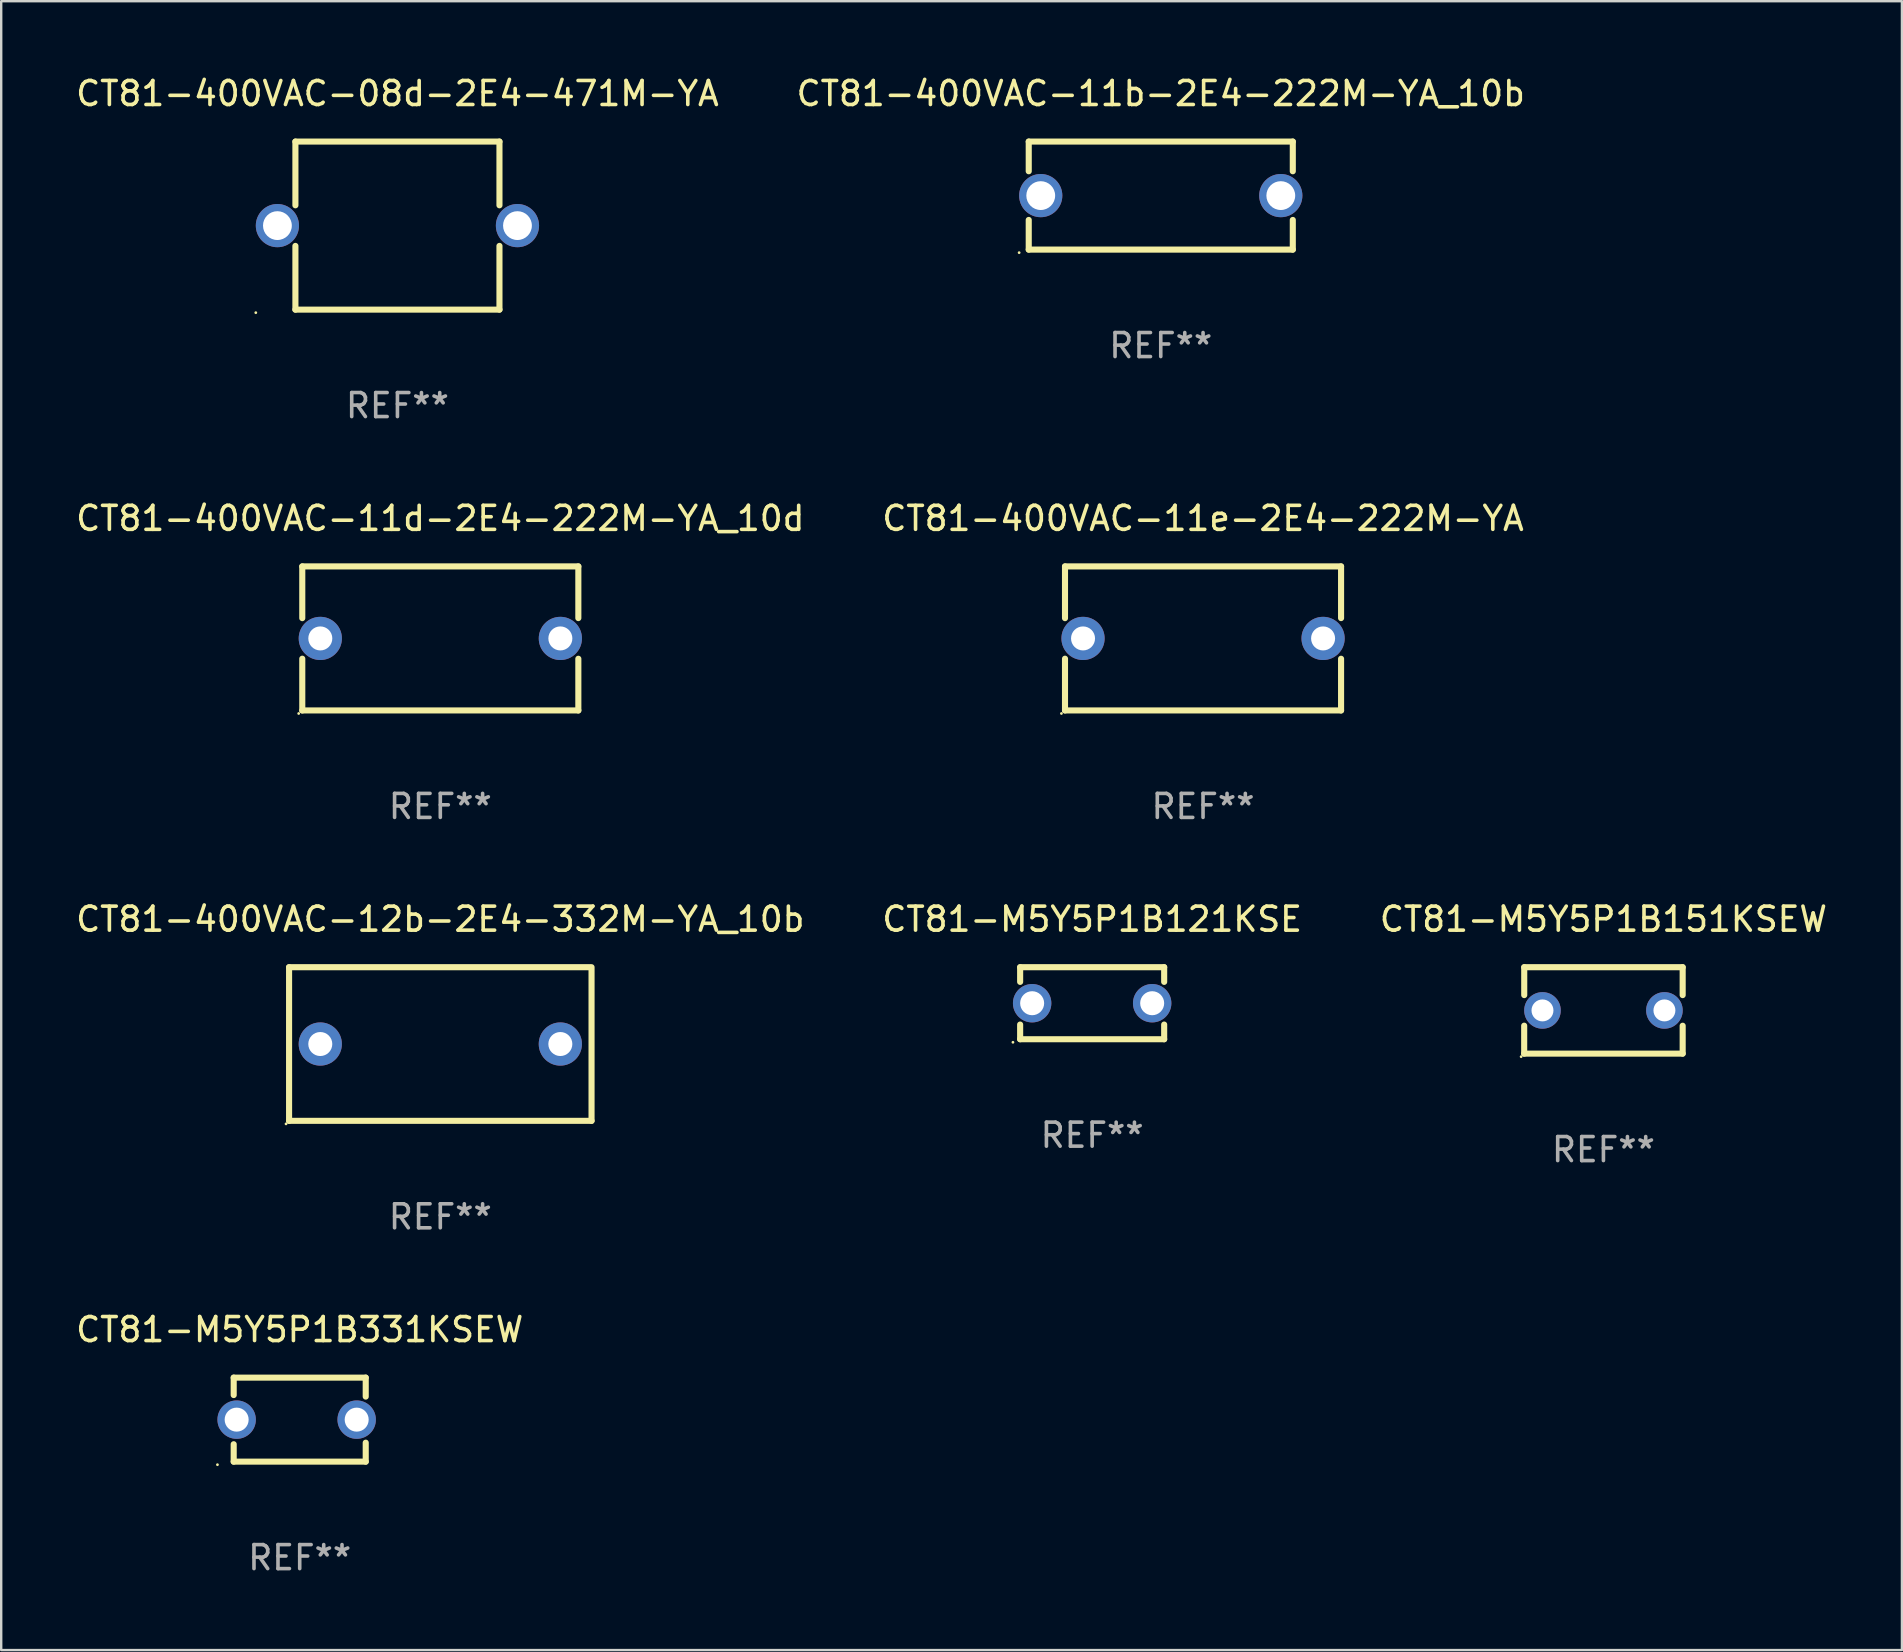
<source format=kicad_pcb>
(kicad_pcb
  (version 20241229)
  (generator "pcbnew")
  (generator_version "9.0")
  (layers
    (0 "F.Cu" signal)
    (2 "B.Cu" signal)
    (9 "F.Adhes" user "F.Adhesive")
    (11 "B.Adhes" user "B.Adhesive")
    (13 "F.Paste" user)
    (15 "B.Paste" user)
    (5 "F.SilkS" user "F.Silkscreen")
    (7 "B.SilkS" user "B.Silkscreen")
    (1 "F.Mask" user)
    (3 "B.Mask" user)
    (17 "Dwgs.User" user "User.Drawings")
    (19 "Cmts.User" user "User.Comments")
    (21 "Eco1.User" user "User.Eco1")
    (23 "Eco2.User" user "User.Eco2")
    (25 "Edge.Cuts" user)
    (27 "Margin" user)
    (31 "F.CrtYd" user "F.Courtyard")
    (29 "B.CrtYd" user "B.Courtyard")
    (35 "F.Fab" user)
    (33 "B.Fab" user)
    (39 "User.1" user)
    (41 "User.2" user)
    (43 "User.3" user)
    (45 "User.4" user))
  (footprint "CT81-400VAC-08d-2E4-471M-YA"
    (layer "F.Cu")
    (at 13.506 6.348)
    (property "Reference" "CT81-400VAC-08d-2E4-471M-YA" (at 0 -5.5 0) (layer "F.SilkS") (effects (font (size 1 1) (thickness 0.15))))
    (attr through_hole)
    (fp_line (start -4.25 -3.5) (end -4.25 -0.846) (stroke (width 0.254) (type solid)) (layer "F.SilkS"))
    (fp_line (start -4.25 -3.5) (end 4.25 -3.5) (stroke (width 0.254) (type solid)) (layer "F.SilkS"))
    (fp_line (start -4.25 0.846) (end -4.25 3.5) (stroke (width 0.254) (type solid)) (layer "F.SilkS"))
    (fp_line (start 4.25 -3.5) (end 4.25 -0.846) (stroke (width 0.254) (type solid)) (layer "F.SilkS"))
    (fp_line (start 4.25 0.846) (end 4.25 3.5) (stroke (width 0.254) (type solid)) (layer "F.SilkS"))
    (fp_line (start 4.25 3.5) (end -4.25 3.5) (stroke (width 0.254) (type solid)) (layer "F.SilkS"))
    (fp_circle (center -5.9 3.627) (end -5.87 3.627) (stroke (width 0.06) (type solid)) (fill no) (layer "F.SilkS"))
    (fp_text user "REF**" (at 0 7.5 0) (layer "F.Fab") (effects (font (size 1 1) (thickness 0.15))))
    (pad "1" thru_hole circle (at -5 0) (size 1.8 1.8) (drill 1.2) (layers "*.Cu" "*.Mask"))
    (pad "2" thru_hole circle (at 5 0) (size 1.8 1.8) (drill 1.2) (layers "*.Cu" "*.Mask")))
  (footprint "CT81-400VAC-11e-2E4-222M-YA"
    (layer "F.Cu")
    (at 47.065 23.545)
    (property "Reference" "CT81-400VAC-11e-2E4-222M-YA" (at 0 -5 0) (layer "F.SilkS") (effects (font (size 1 1) (thickness 0.15))))
    (attr through_hole)
    (fp_line (start -5.75 -3) (end -5.75 -0.845) (stroke (width 0.254) (type solid)) (layer "F.SilkS"))
    (fp_line (start -5.75 -3) (end 5.75 -3) (stroke (width 0.254) (type solid)) (layer "F.SilkS"))
    (fp_line (start -5.75 0.845) (end -5.75 3) (stroke (width 0.254) (type solid)) (layer "F.SilkS"))
    (fp_line (start 5.75 -3) (end 5.75 -0.847) (stroke (width 0.254) (type solid)) (layer "F.SilkS"))
    (fp_line (start 5.75 0.847) (end 5.75 3) (stroke (width 0.254) (type solid)) (layer "F.SilkS"))
    (fp_line (start 5.75 3) (end -5.75 3) (stroke (width 0.254) (type solid)) (layer "F.SilkS"))
    (fp_circle (center -5.899 3.127) (end -5.869 3.127) (stroke (width 0.06) (type solid)) (fill no) (layer "F.SilkS"))
    (fp_text user "REF**" (at 0 7 0) (layer "F.Fab") (effects (font (size 1 1) (thickness 0.15))))
    (pad "1" thru_hole circle (at -4.999 0) (size 1.8 1.8) (drill 1) (layers "*.Cu" "*.Mask"))
    (pad "2" thru_hole circle (at 5.001 0) (size 1.8 1.8) (drill 1) (layers "*.Cu" "*.Mask")))
  (footprint "CT81-400VAC-11b-2E4-222M-YA_10b"
    (layer "F.Cu")
    (at 45.304 5.098)
    (property "Reference" "CT81-400VAC-11b-2E4-222M-YA_10b" (at 0 -4.25 0) (layer "F.SilkS") (effects (font (size 1 1) (thickness 0.15))))
    (attr through_hole)
    (fp_line (start -5.5 -2.25) (end -5.5 -1.014) (stroke (width 0.254) (type solid)) (layer "F.SilkS"))
    (fp_line (start -5.5 -2.25) (end 5.5 -2.25) (stroke (width 0.254) (type solid)) (layer "F.SilkS"))
    (fp_line (start -5.5 1.014) (end -5.5 2.25) (stroke (width 0.254) (type solid)) (layer "F.SilkS"))
    (fp_line (start 5.5 -2.25) (end 5.5 -1.014) (stroke (width 0.254) (type solid)) (layer "F.SilkS"))
    (fp_line (start 5.5 1.014) (end 5.5 2.25) (stroke (width 0.254) (type solid)) (layer "F.SilkS"))
    (fp_line (start 5.5 2.25) (end -5.5 2.25) (stroke (width 0.254) (type solid)) (layer "F.SilkS"))
    (fp_circle (center -5.9 2.377) (end -5.87 2.377) (stroke (width 0.06) (type solid)) (fill no) (layer "F.SilkS"))
    (fp_text user "REF**" (at 0 6.25 0) (layer "F.Fab") (effects (font (size 1 1) (thickness 0.15))))
    (pad "1" thru_hole circle (at -5 0) (size 1.8 1.8) (drill 1.2) (layers "*.Cu" "*.Mask"))
    (pad "2" thru_hole circle (at 5 0) (size 1.8 1.8) (drill 1.2) (layers "*.Cu" "*.Mask")))
  (footprint "CT81-M5Y5P1B151KSEW"
    (layer "F.Cu")
    (at 63.744 39.041)
    (property "Reference" "CT81-M5Y5P1B151KSEW" (at 0 -3.8 0) (layer "F.SilkS") (effects (font (size 1 1) (thickness 0.15))))
    (attr through_hole)
    (fp_line (start -3.301 1.8) (end -3.301 0.636) (stroke (width 0.254) (type solid)) (layer "F.SilkS"))
    (fp_line (start -3.299 -1.8) (end -3.299 -0.638) (stroke (width 0.254) (type solid)) (layer "F.SilkS"))
    (fp_line (start -3.299 -1.8) (end 3.301 -1.8) (stroke (width 0.254) (type solid)) (layer "F.SilkS"))
    (fp_line (start 3.301 -1.8) (end 3.301 -0.638) (stroke (width 0.254) (type solid)) (layer "F.SilkS"))
    (fp_line (start 3.301 0.638) (end 3.301 1.8) (stroke (width 0.254) (type solid)) (layer "F.SilkS"))
    (fp_line (start 3.301 1.8) (end -3.301 1.8) (stroke (width 0.254) (type solid)) (layer "F.SilkS"))
    (fp_circle (center -3.428 1.927) (end -3.398 1.927) (stroke (width 0.06) (type solid)) (fill no) (layer "F.SilkS"))
    (fp_text user "REF**" (at 0 5.8 0) (layer "F.Fab") (effects (font (size 1 1) (thickness 0.15))))
    (pad "1" thru_hole circle (at -2.539 0.000013) (size 1.524 1.524) (drill 0.914) (layers "*.Cu" "*.Mask"))
    (pad "2" thru_hole circle (at 2.541 0.000013) (size 1.524 1.524) (drill 0.914) (layers "*.Cu" "*.Mask")))
  (footprint "CT81-400VAC-12b-2E4-332M-YA_10b"
    (layer "F.Cu")
    (at 15.292 40.441)
    (property "Reference" "CT81-400VAC-12b-2E4-332M-YA_10b" (at 0 -5.2 0) (layer "F.SilkS") (effects (font (size 1 1) (thickness 0.15))))
    (attr through_hole)
    (fp_line (start -6.3 3.2) (end 6.3 3.2) (stroke (width 0.254) (type solid)) (layer "F.SilkS"))
    (fp_line (start -6.3 -3.2) (end -6.3 3.2) (stroke (width 0.254) (type solid)) (layer "F.SilkS"))
    (fp_line (start -6.3 -3.2) (end 6.223 -3.2) (stroke (width 0.254) (type solid)) (layer "F.SilkS"))
    (fp_line (start 6.3 -3.2) (end 6.3 3.2) (stroke (width 0.254) (type solid)) (layer "F.SilkS"))
    (fp_circle (center -6.427 3.327) (end -6.397 3.327) (stroke (width 0.06) (type solid)) (fill no) (layer "F.SilkS"))
    (fp_text user "REF**" (at 0 7.2 0) (layer "F.Fab") (effects (font (size 1 1) (thickness 0.15))))
    (pad "1" thru_hole circle (at -5 0) (size 1.8 1.8) (drill 1) (layers "*.Cu" "*.Mask"))
    (pad "2" thru_hole circle (at 5 0) (size 1.8 1.8) (drill 1) (layers "*.Cu" "*.Mask")))
  (footprint "CT81-400VAC-11d-2E4-222M-YA_10d"
    (layer "F.Cu")
    (at 15.292 23.545)
    (property "Reference" "CT81-400VAC-11d-2E4-222M-YA_10d" (at 0 -5 0) (layer "F.SilkS") (effects (font (size 1 1) (thickness 0.15))))
    (attr through_hole)
    (fp_line (start -5.75 -3) (end -5.75 -0.845) (stroke (width 0.254) (type solid)) (layer "F.SilkS"))
    (fp_line (start -5.75 -3) (end 5.75 -3) (stroke (width 0.254) (type solid)) (layer "F.SilkS"))
    (fp_line (start -5.75 0.845) (end -5.75 3) (stroke (width 0.254) (type solid)) (layer "F.SilkS"))
    (fp_line (start 5.75 -3) (end 5.75 -0.847) (stroke (width 0.254) (type solid)) (layer "F.SilkS"))
    (fp_line (start 5.75 0.847) (end 5.75 3) (stroke (width 0.254) (type solid)) (layer "F.SilkS"))
    (fp_line (start 5.75 3) (end -5.75 3) (stroke (width 0.254) (type solid)) (layer "F.SilkS"))
    (fp_circle (center -5.899 3.127) (end -5.869 3.127) (stroke (width 0.06) (type solid)) (fill no) (layer "F.SilkS"))
    (fp_text user "REF**" (at 0 7 0) (layer "F.Fab") (effects (font (size 1 1) (thickness 0.15))))
    (pad "1" thru_hole circle (at -4.999 0) (size 1.8 1.8) (drill 1) (layers "*.Cu" "*.Mask"))
    (pad "2" thru_hole circle (at 5.001 0) (size 1.8 1.8) (drill 1) (layers "*.Cu" "*.Mask")))
  (footprint "CT81-M5Y5P1B331KSEW"
    (layer "F.Cu")
    (at 9.435 56.088)
    (property "Reference" "CT81-M5Y5P1B331KSEW" (at 0 -3.75 0) (layer "F.SilkS") (effects (font (size 1 1) (thickness 0.15))))
    (attr through_hole)
    (fp_line (start -2.75 -1.75) (end -2.75 -1.024) (stroke (width 0.254) (type solid)) (layer "F.SilkS"))
    (fp_line (start -2.75 -1.75) (end 2.75 -1.75) (stroke (width 0.254) (type solid)) (layer "F.SilkS"))
    (fp_line (start -2.75 1.024) (end -2.75 1.75) (stroke (width 0.254) (type solid)) (layer "F.SilkS"))
    (fp_line (start 2.75 -1.75) (end 2.75 -0.96) (stroke (width 0.254) (type solid)) (layer "F.SilkS"))
    (fp_line (start 2.75 0.96) (end 2.75 1.75) (stroke (width 0.254) (type solid)) (layer "F.SilkS"))
    (fp_line (start 2.75 1.75) (end -2.75 1.75) (stroke (width 0.254) (type solid)) (layer "F.SilkS"))
    (fp_circle (center -3.427 1.877) (end -3.397 1.877) (stroke (width 0.06) (type solid)) (fill no) (layer "F.SilkS"))
    (fp_text user "REF**" (at 0 5.75 0) (layer "F.Fab") (effects (font (size 1 1) (thickness 0.15))))
    (pad "1" thru_hole circle (at -2.627 0) (size 1.6 1.6) (drill 1) (layers "*.Cu" "*.Mask"))
    (pad "2" thru_hole circle (at 2.373 0) (size 1.6 1.6) (drill 1) (layers "*.Cu" "*.Mask")))
  (footprint "CT81-M5Y5P1B121KSE"
    (layer "F.Cu")
    (at 42.446 38.741)
    (property "Reference" "CT81-M5Y5P1B121KSE" (at 0 -3.5 0) (layer "F.SilkS") (effects (font (size 1 1) (thickness 0.15))))
    (attr through_hole)
    (fp_line (start -3 -1.5) (end -3 -0.889) (stroke (width 0.254) (type solid)) (layer "F.SilkS"))
    (fp_line (start -3 1.5) (end -3 0.889) (stroke (width 0.254) (type solid)) (layer "F.SilkS"))
    (fp_line (start 3 -1.5) (end -3 -1.5) (stroke (width 0.254) (type solid)) (layer "F.SilkS"))
    (fp_line (start 3 -0.889) (end 3 -1.5) (stroke (width 0.254) (type solid)) (layer "F.SilkS"))
    (fp_line (start 3 0.889) (end 3 1.5) (stroke (width 0.254) (type solid)) (layer "F.SilkS"))
    (fp_line (start 3 1.5) (end -3 1.5) (stroke (width 0.254) (type solid)) (layer "F.SilkS"))
    (fp_circle (center -3.3 1.627) (end -3.27 1.627) (stroke (width 0.06) (type solid)) (fill no) (layer "F.SilkS"))
    (fp_text user "REF**" (at 0 5.5 0) (layer "F.Fab") (effects (font (size 1 1) (thickness 0.15))))
    (pad "1" thru_hole circle (at -2.5 0) (size 1.6 1.6) (drill 1) (layers "*.Cu" "*.Mask"))
    (pad "2" thru_hole circle (at 2.5 0) (size 1.6 1.6) (drill 1) (layers "*.Cu" "*.Mask")))
  (gr_rect
    (start -3 -3)
    (end 76.179 65.686)
    (stroke (width 0.1) (type default))
    (fill no)
    (layer "Edge.Cuts")))
</source>
